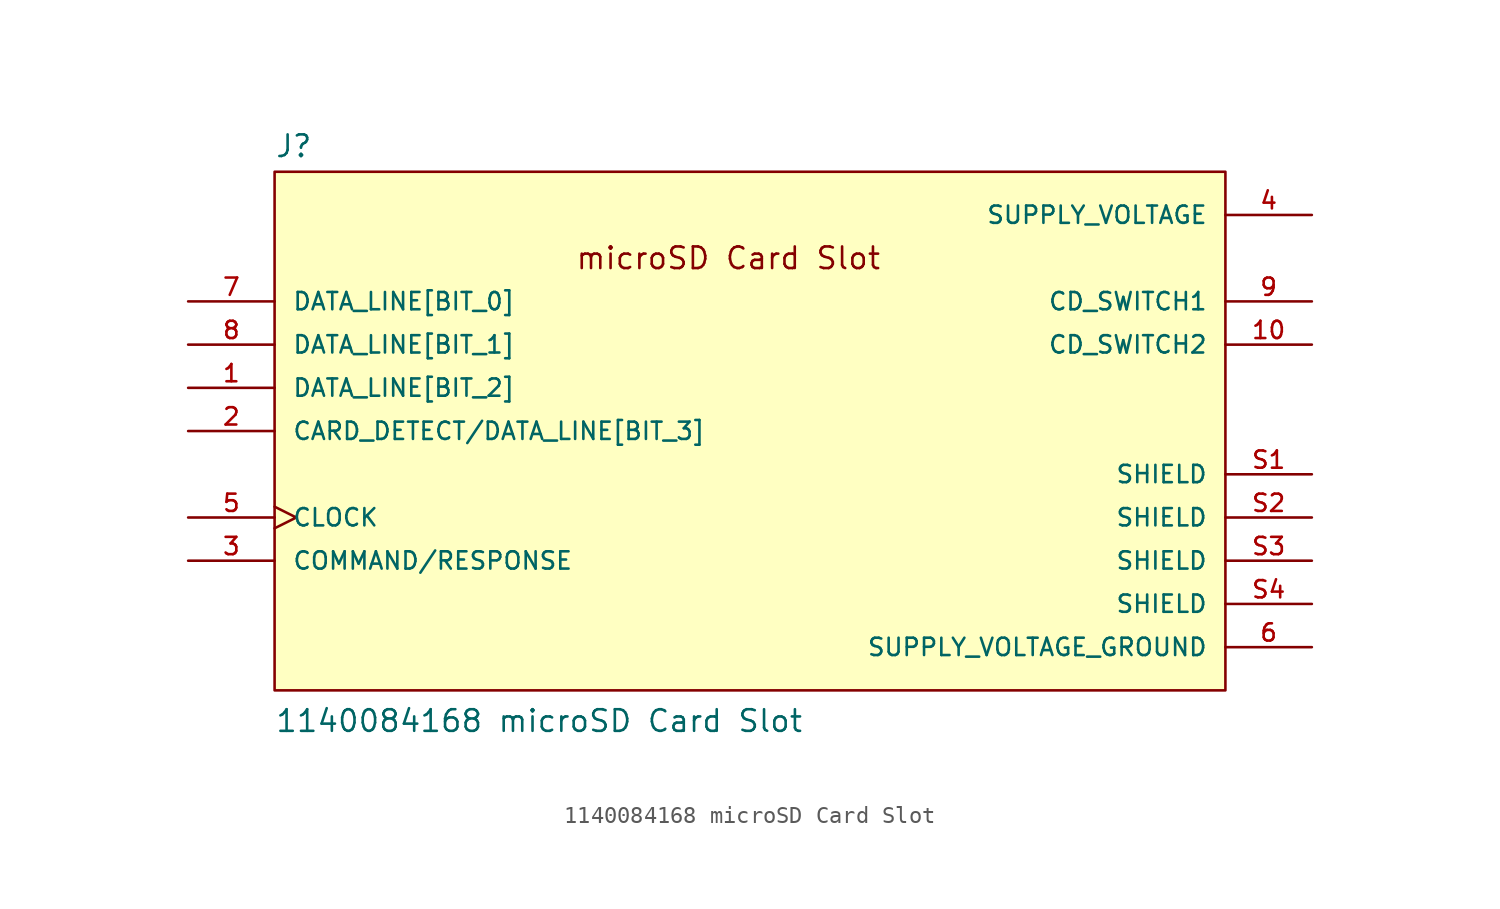
<source format=kicad_sym>
(kicad_symbol_lib
  (version 20211014)
  (generator kicad_symbol_editor)
  (symbol "1140084168 microSD Card Slot"
    (pin_names
      (offset 1.016))
    (property "Reference" "J"
      (at -27.94 16.002 0)
      (effects (font (size 1.27 1.27)) (justify left bottom)))
    (property "Value" "1140084168 microSD Card Slot"
      (at -27.94 -17.78 0)
      (effects (font (size 1.27 1.27)) (justify left bottom)))
    (property "ki_locked" ""
      (at 0 0 0)
      (effects (font (size 1.27 1.27))))
    (symbol "1140084168 microSD Card Slot_0_0"
      (rectangle (start -27.94 -15.24) (end 27.94 15.24) (stroke (width 0.152) (type default) (color 0 0 0 0)) (fill (type background)))
      (text "microSD Card Slot" (at -1.27 10.16 0) (effects (font (size 1.27 1.27))))
      (pin bidirectional line (at -33.02 2.54 0) (length 5.08) (name "DATA_LINE[BIT_2]" (effects (font (size 1.016 1.016)))) (number "1" (effects (font (size 1.016 1.016)))))
      (pin bidirectional line (at 33.02 5.08 180) (length 5.08) (name "CD_SWITCH2" (effects (font (size 1.016 1.016)))) (number "10" (effects (font (size 1.016 1.016)))))
      (pin bidirectional line (at -33.02 0 0) (length 5.08) (name "CARD_DETECT/DATA_LINE[BIT_3]" (effects (font (size 1.016 1.016)))) (number "2" (effects (font (size 1.016 1.016)))))
      (pin bidirectional line (at -33.02 -7.62 0) (length 5.08) (name "COMMAND/RESPONSE" (effects (font (size 1.016 1.016)))) (number "3" (effects (font (size 1.016 1.016)))))
      (pin power_in line (at 33.02 12.7 180) (length 5.08) (name "SUPPLY_VOLTAGE" (effects (font (size 1.016 1.016)))) (number "4" (effects (font (size 1.016 1.016)))))
      (pin bidirectional clock (at -33.02 -5.08 0) (length 5.08) (name "CLOCK" (effects (font (size 1.016 1.016)))) (number "5" (effects (font (size 1.016 1.016)))))
      (pin power_in line (at 33.02 -12.7 180) (length 5.08) (name "SUPPLY_VOLTAGE_GROUND" (effects (font (size 1.016 1.016)))) (number "6" (effects (font (size 1.016 1.016)))))
      (pin bidirectional line (at -33.02 7.62 0) (length 5.08) (name "DATA_LINE[BIT_0]" (effects (font (size 1.016 1.016)))) (number "7" (effects (font (size 1.016 1.016)))))
      (pin bidirectional line (at -33.02 5.08 0) (length 5.08) (name "DATA_LINE[BIT_1]" (effects (font (size 1.016 1.016)))) (number "8" (effects (font (size 1.016 1.016)))))
      (pin bidirectional line (at 33.02 7.62 180) (length 5.08) (name "CD_SWITCH1" (effects (font (size 1.016 1.016)))) (number "9" (effects (font (size 1.016 1.016)))))
      (pin passive line (at 33.02 -2.54 180) (length 5.08) (name "SHIELD" (effects (font (size 1.016 1.016)))) (number "S1" (effects (font (size 1.016 1.016)))))
      (pin passive line (at 33.02 -5.08 180) (length 5.08) (name "SHIELD" (effects (font (size 1.016 1.016)))) (number "S2" (effects (font (size 1.016 1.016)))))
      (pin passive line (at 33.02 -7.62 180) (length 5.08) (name "SHIELD" (effects (font (size 1.016 1.016)))) (number "S3" (effects (font (size 1.016 1.016)))))
      (pin passive line (at 33.02 -10.16 180) (length 5.08) (name "SHIELD" (effects (font (size 1.016 1.016)))) (number "S4" (effects (font (size 1.016 1.016))))))))
</source>
